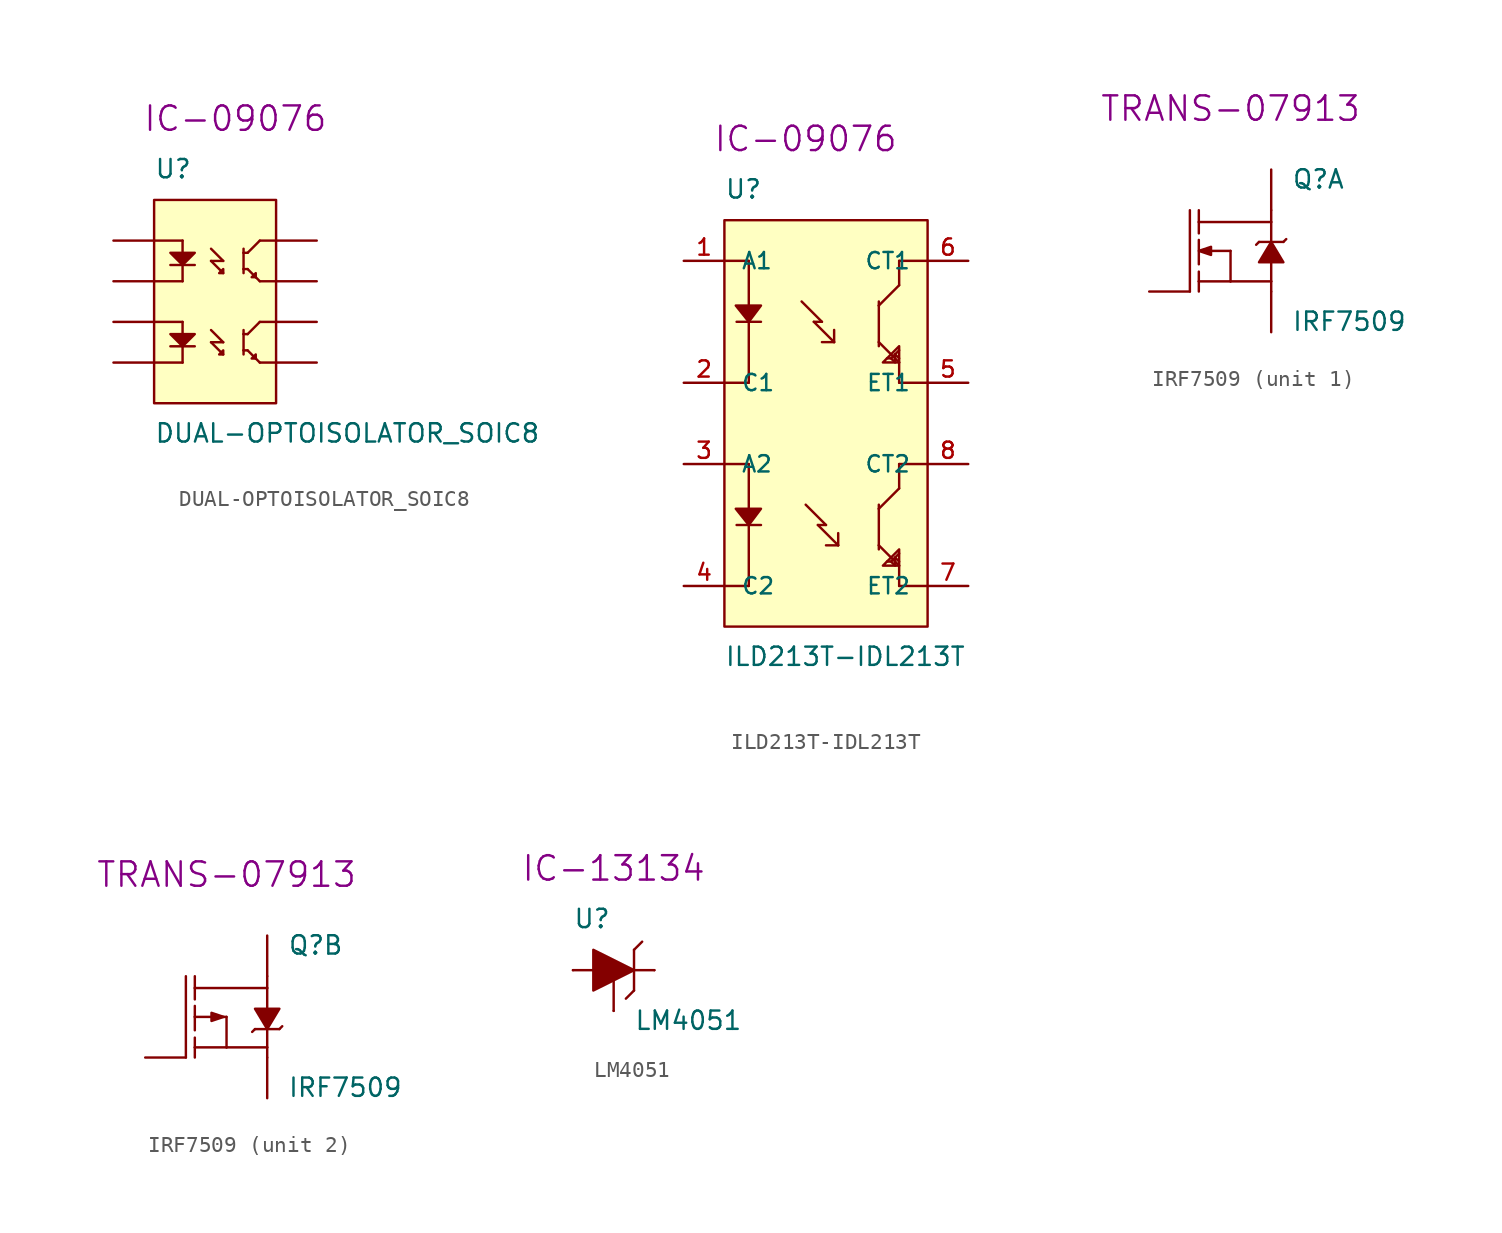
<source format=kicad_sym>
(kicad_symbol_lib
  (version 20220914)
  (generator kicad_symbol_editor)
  (symbol "DUAL-OPTOISOLATOR_SOIC8"
    (pin_numbers hide)
    (pin_names
      (offset 1.016) hide)
    (property "Reference" "U"
      (at -5.08 8.89 0)
      (effects (font (size 1.143 1.143)) (justify left bottom)))
    (property "Value" "DUAL-OPTOISOLATOR_SOIC8"
      (at -5.08 -7.62 0)
      (effects (font (size 1.143 1.143)) (justify left bottom)))
    (property "Field4" "IC-09076"
      (at 0 12.7 0)
      (effects (font (size 1.524 1.524))))
    (property "ki_locked" ""
      (at 0 0 0)
      (effects (font (size 1.27 1.27))))
    (symbol "DUAL-OPTOISOLATOR_SOIC8_1_0"
      (polyline (pts (xy -5.08 0) (xy -3.302 0)) (stroke (width 0) (type solid)) (fill (type none)))
      (polyline (pts (xy -5.08 5.08) (xy -3.302 5.08)) (stroke (width 0) (type solid)) (fill (type none)))
      (polyline (pts (xy -3.302 -2.54) (xy -5.08 -2.54)) (stroke (width 0) (type solid)) (fill (type none)))
      (polyline (pts (xy -3.302 -1.524) (xy -4.064 -1.524)) (stroke (width 0) (type solid)) (fill (type none)))
      (polyline (pts (xy -3.302 -1.524) (xy -3.302 -2.54)) (stroke (width 0) (type solid)) (fill (type none)))
      (polyline (pts (xy -3.302 0) (xy -3.302 -0.762)) (stroke (width 0) (type solid)) (fill (type none)))
      (polyline (pts (xy -3.302 2.54) (xy -5.08 2.54)) (stroke (width 0) (type solid)) (fill (type none)))
      (polyline (pts (xy -3.302 3.556) (xy -4.064 3.556)) (stroke (width 0) (type solid)) (fill (type none)))
      (polyline (pts (xy -3.302 3.556) (xy -3.302 2.54)) (stroke (width 0) (type solid)) (fill (type none)))
      (polyline (pts (xy -3.302 5.08) (xy -3.302 4.318)) (stroke (width 0) (type solid)) (fill (type none)))
      (polyline (pts (xy -2.54 -1.524) (xy -3.302 -1.524)) (stroke (width 0) (type solid)) (fill (type none)))
      (polyline (pts (xy -2.54 3.556) (xy -3.302 3.556)) (stroke (width 0) (type solid)) (fill (type none)))
      (polyline (pts (xy -1.524 -1.27) (xy -0.762 -2.032)) (stroke (width 0) (type solid)) (fill (type none)))
      (polyline (pts (xy -1.524 -0.508) (xy -0.762 -1.27)) (stroke (width 0) (type solid)) (fill (type none)))
      (polyline (pts (xy -1.524 3.81) (xy -0.762 3.048)) (stroke (width 0) (type solid)) (fill (type none)))
      (polyline (pts (xy -1.524 4.572) (xy -0.762 3.81)) (stroke (width 0) (type solid)) (fill (type none)))
      (polyline (pts (xy -0.762 -1.27) (xy -1.524 -1.27)) (stroke (width 0) (type solid)) (fill (type none)))
      (polyline (pts (xy -0.762 3.81) (xy -1.524 3.81)) (stroke (width 0) (type solid)) (fill (type none)))
      (polyline (pts (xy 0.508 -1.778) (xy 0.508 -2.032)) (stroke (width 0) (type solid)) (fill (type none)))
      (polyline (pts (xy 0.508 -1.778) (xy 0.762 -1.778)) (stroke (width 0) (type solid)) (fill (type none)))
      (polyline (pts (xy 0.508 -0.762) (xy 0.508 -1.778)) (stroke (width 0) (type solid)) (fill (type none)))
      (polyline (pts (xy 0.508 -0.762) (xy 0.762 -0.762)) (stroke (width 0) (type solid)) (fill (type none)))
      (polyline (pts (xy 0.508 -0.508) (xy 0.508 -0.762)) (stroke (width 0) (type solid)) (fill (type none)))
      (polyline (pts (xy 0.508 3.302) (xy 0.508 3.048)) (stroke (width 0) (type solid)) (fill (type none)))
      (polyline (pts (xy 0.508 3.302) (xy 0.762 3.302)) (stroke (width 0) (type solid)) (fill (type none)))
      (polyline (pts (xy 0.508 4.318) (xy 0.508 3.302)) (stroke (width 0) (type solid)) (fill (type none)))
      (polyline (pts (xy 0.508 4.318) (xy 0.762 4.318)) (stroke (width 0) (type solid)) (fill (type none)))
      (polyline (pts (xy 0.508 4.572) (xy 0.508 4.318)) (stroke (width 0) (type solid)) (fill (type none)))
      (polyline (pts (xy 0.762 -1.778) (xy 1.27 -2.286)) (stroke (width 0) (type solid)) (fill (type none)))
      (polyline (pts (xy 0.762 -0.762) (xy 1.524 0)) (stroke (width 0) (type solid)) (fill (type none)))
      (polyline (pts (xy 0.762 3.302) (xy 1.27 2.794)) (stroke (width 0) (type solid)) (fill (type none)))
      (polyline (pts (xy 0.762 4.318) (xy 1.524 5.08)) (stroke (width 0) (type solid)) (fill (type none)))
      (polyline (pts (xy 1.27 -2.286) (xy 1.524 -2.54)) (stroke (width 0) (type solid)) (fill (type none)))
      (polyline (pts (xy 1.27 2.794) (xy 1.524 2.54)) (stroke (width 0) (type solid)) (fill (type none)))
      (polyline (pts (xy 1.524 -2.54) (xy 2.54 -2.54)) (stroke (width 0) (type solid)) (fill (type none)))
      (polyline (pts (xy 1.524 0) (xy 2.54 0)) (stroke (width 0) (type solid)) (fill (type none)))
      (polyline (pts (xy 1.524 2.54) (xy 2.54 2.54)) (stroke (width 0) (type solid)) (fill (type none)))
      (polyline (pts (xy 1.524 5.08) (xy 2.54 5.08)) (stroke (width 0) (type solid)) (fill (type none))))
    (symbol "DUAL-OPTOISOLATOR_SOIC8_1_1"
      (polyline (pts (xy -0.762 -2.032) (xy -0.762 -1.778) (xy -1.016 -2.032) (xy -0.762 -2.032)) (stroke (width 0) (type solid)) (fill (type background)))
      (polyline (pts (xy -0.762 3.048) (xy -0.762 3.302) (xy -1.016 3.048) (xy -0.762 3.048)) (stroke (width 0) (type solid)) (fill (type background)))
      (polyline (pts (xy 1.27 -2.286) (xy 1.27 -2.032) (xy 1.016 -2.286) (xy 1.27 -2.286)) (stroke (width 0) (type solid)) (fill (type background)))
      (polyline (pts (xy 1.27 2.794) (xy 1.27 3.048) (xy 1.016 2.794) (xy 1.27 2.794)) (stroke (width 0) (type solid)) (fill (type background)))
      (polyline (pts (xy -4.064 -0.762) (xy -2.54 -0.762) (xy -2.54 -0.762) (xy -3.302 -1.524) (xy -3.302 -1.524) (xy -4.064 -0.762)) (stroke (width 0) (type solid)) (fill (type outline)))
      (polyline (pts (xy -4.064 4.318) (xy -2.54 4.318) (xy -2.54 4.318) (xy -3.302 3.556) (xy -3.302 3.556) (xy -4.064 4.318)) (stroke (width 0) (type solid)) (fill (type outline)))
      (polyline (pts (xy -5.08 7.62) (xy 2.54 7.62) (xy 2.54 5.08) (xy 2.54 2.54) (xy 2.54 0) (xy 2.54 -2.54) (xy 2.54 -5.08) (xy -5.08 -5.08) (xy -5.08 -2.54) (xy -5.08 0) (xy -5.08 2.54) (xy -5.08 5.08) (xy -5.08 7.62)) (stroke (width 0) (type solid)) (fill (type background)))
      (pin bidirectional line (at -7.62 5.08 0) (length 2.54) (name "A1" (effects (font (size 1.016 1.016)))) (number "1" (effects (font (size 1.016 1.016)))))
      (pin bidirectional line (at -7.62 2.54 0) (length 2.54) (name "C1" (effects (font (size 1.016 1.016)))) (number "2" (effects (font (size 1.016 1.016)))))
      (pin bidirectional line (at -7.62 0 0) (length 2.54) (name "A2" (effects (font (size 1.016 1.016)))) (number "3" (effects (font (size 1.016 1.016)))))
      (pin bidirectional line (at -7.62 -2.54 0) (length 2.54) (name "C2" (effects (font (size 1.016 1.016)))) (number "4" (effects (font (size 1.016 1.016)))))
      (pin bidirectional line (at 5.08 -2.54 180) (length 2.54) (name "EM2" (effects (font (size 1.016 1.016)))) (number "5" (effects (font (size 1.016 1.016)))))
      (pin bidirectional line (at 5.08 0 180) (length 2.54) (name "CL2" (effects (font (size 1.016 1.016)))) (number "6" (effects (font (size 1.016 1.016)))))
      (pin bidirectional line (at 5.08 2.54 180) (length 2.54) (name "EM1" (effects (font (size 1.016 1.016)))) (number "7" (effects (font (size 1.016 1.016)))))
      (pin bidirectional line (at 5.08 5.08 180) (length 2.54) (name "CL1" (effects (font (size 1.016 1.016)))) (number "8" (effects (font (size 1.016 1.016)))))))
  (symbol "ILD213T-IDL213T"
    (pin_names
      (offset 1.016))
    (property "Reference" "U"
      (at -5.08 13.97 0)
      (effects (font (size 1.143 1.143)) (justify left bottom)))
    (property "Value" "ILD213T-IDL213T"
      (at -5.08 -15.24 0)
      (effects (font (size 1.143 1.143)) (justify left bottom)))
    (property "Field4" "IC-09076"
      (at 0 17.78 0)
      (effects (font (size 1.524 1.524))))
    (property "ki_locked" ""
      (at 0 0 0)
      (effects (font (size 1.27 1.27))))
    (symbol "ILD213T-IDL213T_1_0"
      (polyline (pts (xy -5.08 -2.54) (xy -3.556 -2.54)) (stroke (width 0) (type solid)) (fill (type none)))
      (polyline (pts (xy -5.08 10.16) (xy -3.556 10.16)) (stroke (width 0) (type solid)) (fill (type none)))
      (polyline (pts (xy -4.318 -6.35) (xy -2.794 -6.35)) (stroke (width 0) (type solid)) (fill (type none)))
      (polyline (pts (xy -4.318 6.35) (xy -2.794 6.35)) (stroke (width 0) (type solid)) (fill (type none)))
      (polyline (pts (xy -3.556 -10.16) (xy -5.08 -10.16)) (stroke (width 0) (type solid)) (fill (type none)))
      (polyline (pts (xy -3.556 -6.35) (xy -3.556 -10.16)) (stroke (width 0) (type solid)) (fill (type none)))
      (polyline (pts (xy -3.556 -2.54) (xy -3.556 -5.334)) (stroke (width 0) (type solid)) (fill (type none)))
      (polyline (pts (xy -3.556 2.54) (xy -5.08 2.54)) (stroke (width 0) (type solid)) (fill (type none)))
      (polyline (pts (xy -3.556 6.35) (xy -3.556 2.54)) (stroke (width 0) (type solid)) (fill (type none)))
      (polyline (pts (xy -3.556 10.16) (xy -3.556 7.366)) (stroke (width 0) (type solid)) (fill (type none)))
      (polyline (pts (xy -0.254 7.62) (xy 1.016 6.35)) (stroke (width 0) (type solid)) (fill (type none)))
      (polyline (pts (xy 0 -5.08) (xy 1.27 -6.35)) (stroke (width 0) (type solid)) (fill (type none)))
      (polyline (pts (xy 0.508 6.35) (xy 1.778 5.08)) (stroke (width 0) (type solid)) (fill (type none)))
      (polyline (pts (xy 0.762 -6.35) (xy 2.032 -7.62)) (stroke (width 0) (type solid)) (fill (type none)))
      (polyline (pts (xy 1.016 6.35) (xy 0.508 6.35)) (stroke (width 0) (type solid)) (fill (type none)))
      (polyline (pts (xy 1.27 -6.35) (xy 0.762 -6.35)) (stroke (width 0) (type solid)) (fill (type none)))
      (polyline (pts (xy 1.778 5.08) (xy 1.016 5.08)) (stroke (width 0) (type solid)) (fill (type none)))
      (polyline (pts (xy 1.778 5.08) (xy 1.778 5.842)) (stroke (width 0) (type solid)) (fill (type none)))
      (polyline (pts (xy 2.032 -7.62) (xy 1.27 -7.62)) (stroke (width 0) (type solid)) (fill (type none)))
      (polyline (pts (xy 2.032 -7.62) (xy 2.032 -6.858)) (stroke (width 0) (type solid)) (fill (type none)))
      (polyline (pts (xy 4.572 -7.62) (xy 4.572 -7.874)) (stroke (width 0) (type solid)) (fill (type none)))
      (polyline (pts (xy 4.572 -7.62) (xy 5.842 -8.89)) (stroke (width 0) (type solid)) (fill (type none)))
      (polyline (pts (xy 4.572 -5.334) (xy 4.572 -7.62)) (stroke (width 0) (type solid)) (fill (type none)))
      (polyline (pts (xy 4.572 -5.334) (xy 4.572 -5.08)) (stroke (width 0) (type solid)) (fill (type none)))
      (polyline (pts (xy 4.572 5.08) (xy 4.572 4.826)) (stroke (width 0) (type solid)) (fill (type none)))
      (polyline (pts (xy 4.572 5.08) (xy 5.842 3.81)) (stroke (width 0) (type solid)) (fill (type none)))
      (polyline (pts (xy 4.572 7.366) (xy 4.572 5.08)) (stroke (width 0) (type solid)) (fill (type none)))
      (polyline (pts (xy 4.572 7.366) (xy 4.572 7.62)) (stroke (width 0) (type solid)) (fill (type none)))
      (polyline (pts (xy 5.08 -8.636) (xy 5.334 -8.636)) (stroke (width 0) (type solid)) (fill (type none)))
      (polyline (pts (xy 5.08 4.064) (xy 5.334 4.064)) (stroke (width 0) (type solid)) (fill (type none)))
      (polyline (pts (xy 5.588 -8.382) (xy 5.842 -8.128)) (stroke (width 0) (type solid)) (fill (type none)))
      (polyline (pts (xy 5.588 4.318) (xy 5.842 4.572)) (stroke (width 0) (type solid)) (fill (type none)))
      (polyline (pts (xy 5.842 -10.16) (xy 7.62 -10.16)) (stroke (width 0) (type solid)) (fill (type none)))
      (polyline (pts (xy 5.842 -8.89) (xy 5.842 -10.16)) (stroke (width 0) (type solid)) (fill (type none)))
      (polyline (pts (xy 5.842 -8.636) (xy 5.588 -8.382)) (stroke (width 0) (type solid)) (fill (type none)))
      (polyline (pts (xy 5.842 -4.064) (xy 4.572 -5.334)) (stroke (width 0) (type solid)) (fill (type none)))
      (polyline (pts (xy 5.842 -2.54) (xy 5.842 -4.064)) (stroke (width 0) (type solid)) (fill (type none)))
      (polyline (pts (xy 5.842 2.54) (xy 7.62 2.54)) (stroke (width 0) (type solid)) (fill (type none)))
      (polyline (pts (xy 5.842 3.81) (xy 5.842 2.54)) (stroke (width 0) (type solid)) (fill (type none)))
      (polyline (pts (xy 5.842 4.064) (xy 5.588 4.318)) (stroke (width 0) (type solid)) (fill (type none)))
      (polyline (pts (xy 5.842 8.636) (xy 4.572 7.366)) (stroke (width 0) (type solid)) (fill (type none)))
      (polyline (pts (xy 5.842 10.16) (xy 5.842 8.636)) (stroke (width 0) (type solid)) (fill (type none)))
      (polyline (pts (xy 7.62 -2.54) (xy 5.842 -2.54)) (stroke (width 0) (type solid)) (fill (type none)))
      (polyline (pts (xy 7.62 10.16) (xy 5.842 10.16)) (stroke (width 0) (type solid)) (fill (type none))))
    (symbol "ILD213T-IDL213T_1_1"
      (polyline (pts (xy 5.588 -8.382) (xy 5.334 -8.636) (xy 5.588 -8.89) (xy 5.588 -8.382)) (stroke (width 0) (type solid)) (fill (type background)))
      (polyline (pts (xy 5.588 4.318) (xy 5.334 4.064) (xy 5.588 3.81) (xy 5.588 4.318)) (stroke (width 0) (type solid)) (fill (type background)))
      (polyline (pts (xy -4.369 -5.334) (xy -2.794 -5.334) (xy -2.794 -5.334) (xy -3.556 -6.35) (xy -3.556 -6.35) (xy -4.369 -5.334)) (stroke (width 0) (type solid)) (fill (type outline)))
      (polyline (pts (xy -4.369 7.366) (xy -2.794 7.366) (xy -2.794 7.366) (xy -3.556 6.35) (xy -3.556 6.35) (xy -4.369 7.366)) (stroke (width 0) (type solid)) (fill (type outline)))
      (polyline (pts (xy 5.842 -8.89) (xy 5.842 -8.636) (xy 5.842 -8.128) (xy 5.842 -7.874) (xy 5.08 -8.636) (xy 4.826 -8.89) (xy 5.588 -8.89) (xy 5.842 -8.89)) (stroke (width 0) (type solid)) (fill (type background)))
      (polyline (pts (xy 5.842 3.81) (xy 5.842 4.064) (xy 5.842 4.572) (xy 5.842 4.826) (xy 5.08 4.064) (xy 4.826 3.81) (xy 5.588 3.81) (xy 5.842 3.81)) (stroke (width 0) (type solid)) (fill (type background)))
      (polyline (pts (xy -5.08 -12.7) (xy 7.62 -12.7) (xy 7.62 2.54) (xy 7.62 10.16) (xy 7.62 12.7) (xy -5.08 12.7) (xy -5.08 10.16) (xy -5.08 2.54) (xy -5.08 -12.7)) (stroke (width 0) (type solid)) (fill (type background)))
      (pin bidirectional line (at -7.62 10.16 0) (length 2.54) (name "A1" (effects (font (size 1.016 1.016)))) (number "1" (effects (font (size 1.016 1.016)))))
      (pin bidirectional line (at -7.62 2.54 0) (length 2.54) (name "C1" (effects (font (size 1.016 1.016)))) (number "2" (effects (font (size 1.016 1.016)))))
      (pin bidirectional line (at -7.62 -2.54 0) (length 2.54) (name "A2" (effects (font (size 1.016 1.016)))) (number "3" (effects (font (size 1.016 1.016)))))
      (pin bidirectional line (at -7.62 -10.16 0) (length 2.54) (name "C2" (effects (font (size 1.016 1.016)))) (number "4" (effects (font (size 1.016 1.016)))))
      (pin bidirectional line (at 10.16 2.54 180) (length 2.54) (name "ET1" (effects (font (size 1.016 1.016)))) (number "5" (effects (font (size 1.016 1.016)))))
      (pin bidirectional line (at 10.16 10.16 180) (length 2.54) (name "CT1" (effects (font (size 1.016 1.016)))) (number "6" (effects (font (size 1.016 1.016)))))
      (pin bidirectional line (at 10.16 -10.16 180) (length 2.54) (name "ET2" (effects (font (size 1.016 1.016)))) (number "7" (effects (font (size 1.016 1.016)))))
      (pin bidirectional line (at 10.16 -2.54 180) (length 2.54) (name "CT2" (effects (font (size 1.016 1.016)))) (number "8" (effects (font (size 1.016 1.016)))))))
  (symbol "IRF7509"
    (pin_numbers hide)
    (pin_names
      (offset 1.016) hide)
    (property "Reference" "Q"
      (at 3.81 3.81 0)
      (effects (font (size 1.143 1.143)) (justify left bottom)))
    (property "Value" "IRF7509"
      (at 3.81 -5.08 0)
      (effects (font (size 1.143 1.143)) (justify left bottom)))
    (property "Field4" "TRANS-07913"
      (at 0 8.89 0)
      (effects (font (size 1.524 1.524))))
    (property "ki_locked" ""
      (at 0 0 0)
      (effects (font (size 1.27 1.27))))
    (symbol "IRF7509_1_0"
      (polyline (pts (xy -2.54 -2.54) (xy -2.54 2.54)) (stroke (width 0) (type solid)) (fill (type none)))
      (polyline (pts (xy -1.981 -1.905) (xy -1.981 -2.54)) (stroke (width 0) (type solid)) (fill (type none)))
      (polyline (pts (xy -1.981 -1.905) (xy 0 -1.905)) (stroke (width 0) (type solid)) (fill (type none)))
      (polyline (pts (xy -1.981 -1.295) (xy -1.981 -1.905)) (stroke (width 0) (type solid)) (fill (type none)))
      (polyline (pts (xy -1.981 0.686) (xy -1.981 -0.838)) (stroke (width 0) (type solid)) (fill (type none)))
      (polyline (pts (xy -1.981 1.803) (xy -1.981 1.092)) (stroke (width 0) (type solid)) (fill (type none)))
      (polyline (pts (xy -1.981 1.803) (xy 2.54 1.803)) (stroke (width 0) (type solid)) (fill (type none)))
      (polyline (pts (xy -1.981 2.54) (xy -1.981 1.803)) (stroke (width 0) (type solid)) (fill (type none)))
      (polyline (pts (xy 0 -1.905) (xy 0 0)) (stroke (width 0) (type solid)) (fill (type none)))
      (polyline (pts (xy 0 0) (xy -1.219 0)) (stroke (width 0) (type solid)) (fill (type none)))
      (polyline (pts (xy 1.6 0.381) (xy 1.778 0.559)) (stroke (width 0) (type solid)) (fill (type none)))
      (polyline (pts (xy 2.54 -2.54) (xy 2.54 -1.905)) (stroke (width 0) (type solid)) (fill (type none)))
      (polyline (pts (xy 2.54 -1.905) (xy 0 -1.905)) (stroke (width 0) (type solid)) (fill (type none)))
      (polyline (pts (xy 2.54 -0.711) (xy 2.54 -1.905)) (stroke (width 0) (type solid)) (fill (type none)))
      (polyline (pts (xy 2.54 0.559) (xy 1.778 0.559)) (stroke (width 0) (type solid)) (fill (type none)))
      (polyline (pts (xy 2.54 0.559) (xy 3.302 0.559)) (stroke (width 0) (type solid)) (fill (type none)))
      (polyline (pts (xy 2.54 1.803) (xy 2.54 0.559)) (stroke (width 0) (type solid)) (fill (type none)))
      (polyline (pts (xy 2.54 2.54) (xy 2.54 1.803)) (stroke (width 0) (type solid)) (fill (type none)))
      (polyline (pts (xy 3.302 0.559) (xy 3.48 0.737)) (stroke (width 0) (type solid)) (fill (type none))))
    (symbol "IRF7509_1_1"
      (polyline (pts (xy -1.981 0) (xy -1.219 0.254) (xy -1.219 0.254) (xy -1.219 -0.254) (xy -1.219 -0.254) (xy -1.981 0)) (stroke (width 0) (type solid)) (fill (type outline)))
      (polyline (pts (xy 1.778 -0.711) (xy 2.54 0.559) (xy 2.54 0.559) (xy 3.302 -0.711) (xy 3.302 -0.711) (xy 1.778 -0.711)) (stroke (width 0) (type solid)) (fill (type outline)))
      (pin bidirectional line (at 2.54 -5.08 90) (length 2.54) (name "S" (effects (font (size 1.016 1.016)))) (number "1" (effects (font (size 1.016 1.016)))))
      (pin bidirectional line (at -5.08 -2.54 0) (length 2.54) (name "G" (effects (font (size 1.016 1.016)))) (number "2" (effects (font (size 1.016 1.016)))))
      (pin bidirectional line (at 2.54 5.08 270) (length 2.54) (name "D" (effects (font (size 1.016 1.016)))) (number "7" (effects (font (size 1.016 1.016)))))
      (pin bidirectional line (at 2.54 5.08 270) (length 2.54) hide (name "D" (effects (font (size 1.016 1.016)))) (number "8" (effects (font (size 1.016 1.016))))))
    (symbol "IRF7509_2_0"
      (polyline (pts (xy -2.54 -2.54) (xy -2.54 2.54)) (stroke (width 0) (type solid)) (fill (type none)))
      (polyline (pts (xy -1.981 -1.905) (xy -1.981 -2.54)) (stroke (width 0) (type solid)) (fill (type none)))
      (polyline (pts (xy -1.981 -1.905) (xy 0 -1.905)) (stroke (width 0) (type solid)) (fill (type none)))
      (polyline (pts (xy -1.981 -1.295) (xy -1.981 -1.905)) (stroke (width 0) (type solid)) (fill (type none)))
      (polyline (pts (xy -1.981 0) (xy -1.981 -0.838)) (stroke (width 0) (type solid)) (fill (type none)))
      (polyline (pts (xy -1.981 0.686) (xy -1.981 0)) (stroke (width 0) (type solid)) (fill (type none)))
      (polyline (pts (xy -1.981 1.803) (xy -1.981 1.092)) (stroke (width 0) (type solid)) (fill (type none)))
      (polyline (pts (xy -1.981 1.803) (xy 2.54 1.803)) (stroke (width 0) (type solid)) (fill (type none)))
      (polyline (pts (xy -1.981 2.54) (xy -1.981 1.803)) (stroke (width 0) (type solid)) (fill (type none)))
      (polyline (pts (xy 0 -1.905) (xy 0 0)) (stroke (width 0) (type solid)) (fill (type none)))
      (polyline (pts (xy 0 0) (xy -1.981 0)) (stroke (width 0) (type solid)) (fill (type none)))
      (polyline (pts (xy 1.778 -0.762) (xy 1.6 -0.94)) (stroke (width 0) (type solid)) (fill (type none)))
      (polyline (pts (xy 1.778 -0.762) (xy 3.302 -0.762)) (stroke (width 0) (type solid)) (fill (type none)))
      (polyline (pts (xy 2.54 -2.54) (xy 2.54 -1.905)) (stroke (width 0) (type solid)) (fill (type none)))
      (polyline (pts (xy 2.54 -1.905) (xy 0 -1.905)) (stroke (width 0) (type solid)) (fill (type none)))
      (polyline (pts (xy 2.54 -1.905) (xy 2.54 -0.787)) (stroke (width 0) (type solid)) (fill (type none)))
      (polyline (pts (xy 2.54 1.803) (xy 2.54 0.584)) (stroke (width 0) (type solid)) (fill (type none)))
      (polyline (pts (xy 2.54 2.54) (xy 2.54 1.803)) (stroke (width 0) (type solid)) (fill (type none)))
      (polyline (pts (xy 3.48 -0.584) (xy 3.302 -0.762)) (stroke (width 0) (type solid)) (fill (type none))))
    (symbol "IRF7509_2_1"
      (polyline (pts (xy -0.178 0) (xy -0.94 -0.254) (xy -0.94 -0.254) (xy -0.94 0.254) (xy -0.94 0.254) (xy -0.178 0)) (stroke (width 0) (type solid)) (fill (type outline)))
      (polyline (pts (xy 3.302 0.508) (xy 2.54 -0.762) (xy 2.54 -0.762) (xy 1.778 0.508) (xy 1.778 0.508) (xy 3.302 0.508)) (stroke (width 0) (type solid)) (fill (type outline)))
      (pin bidirectional line (at 2.54 -5.08 90) (length 2.54) (name "S" (effects (font (size 1.016 1.016)))) (number "3" (effects (font (size 1.016 1.016)))))
      (pin bidirectional line (at -5.08 -2.54 0) (length 2.54) (name "G" (effects (font (size 1.016 1.016)))) (number "4" (effects (font (size 1.016 1.016)))))
      (pin bidirectional line (at 2.54 5.08 270) (length 2.54) (name "D" (effects (font (size 1.016 1.016)))) (number "5" (effects (font (size 1.016 1.016)))))
      (pin bidirectional line (at 2.54 5.08 270) (length 2.54) hide (name "D" (effects (font (size 1.016 1.016)))) (number "6" (effects (font (size 1.016 1.016)))))))
  (symbol "LM4051"
    (pin_numbers hide)
    (pin_names
      (offset 1.016) hide)
    (property "Reference" "U"
      (at -2.54 2.54 0)
      (effects (font (size 1.143 1.143)) (justify left bottom)))
    (property "Value" "LM4051"
      (at 1.27 -3.81 0)
      (effects (font (size 1.143 1.143)) (justify left bottom)))
    (property "Field4" "IC-13134"
      (at 0 6.35 0)
      (effects (font (size 1.524 1.524))))
    (property "ki_locked" ""
      (at 0 0 0)
      (effects (font (size 1.27 1.27))))
    (symbol "LM4051_1_0"
      (polyline (pts (xy -2.54 0) (xy -1.27 0)) (stroke (width 0) (type solid)) (fill (type none)))
      (polyline (pts (xy 0 -2.54) (xy 0 -0.66)) (stroke (width 0) (type solid)) (fill (type none)))
      (polyline (pts (xy 1.27 -1.27) (xy 0.762 -1.778)) (stroke (width 0) (type solid)) (fill (type none)))
      (polyline (pts (xy 1.27 0) (xy 1.27 -1.27)) (stroke (width 0) (type solid)) (fill (type none)))
      (polyline (pts (xy 1.27 1.27) (xy 1.27 0)) (stroke (width 0) (type solid)) (fill (type none)))
      (polyline (pts (xy 1.27 1.27) (xy 1.778 1.778)) (stroke (width 0) (type solid)) (fill (type none)))
      (polyline (pts (xy 2.54 0) (xy 1.27 0)) (stroke (width 0) (type solid)) (fill (type none))))
    (symbol "LM4051_1_1"
      (polyline (pts (xy -1.27 -1.27) (xy 1.27 0) (xy 1.27 0) (xy -1.27 1.27) (xy -1.27 1.27) (xy -1.27 -1.27)) (stroke (width 0) (type solid)) (fill (type outline)))
      (pin bidirectional line (at 0 -2.54 180) (length 0) (name "ADJ" (effects (font (size 1.016 1.016)))) (number "1" (effects (font (size 1.016 1.016)))))
      (pin passive line (at 2.54 0 270) (length 0) (name "C" (effects (font (size 1.016 1.016)))) (number "2" (effects (font (size 1.016 1.016)))))
      (pin passive line (at -2.54 0 90) (length 0) (name "A" (effects (font (size 1.016 1.016)))) (number "3" (effects (font (size 1.016 1.016))))))))
</source>
